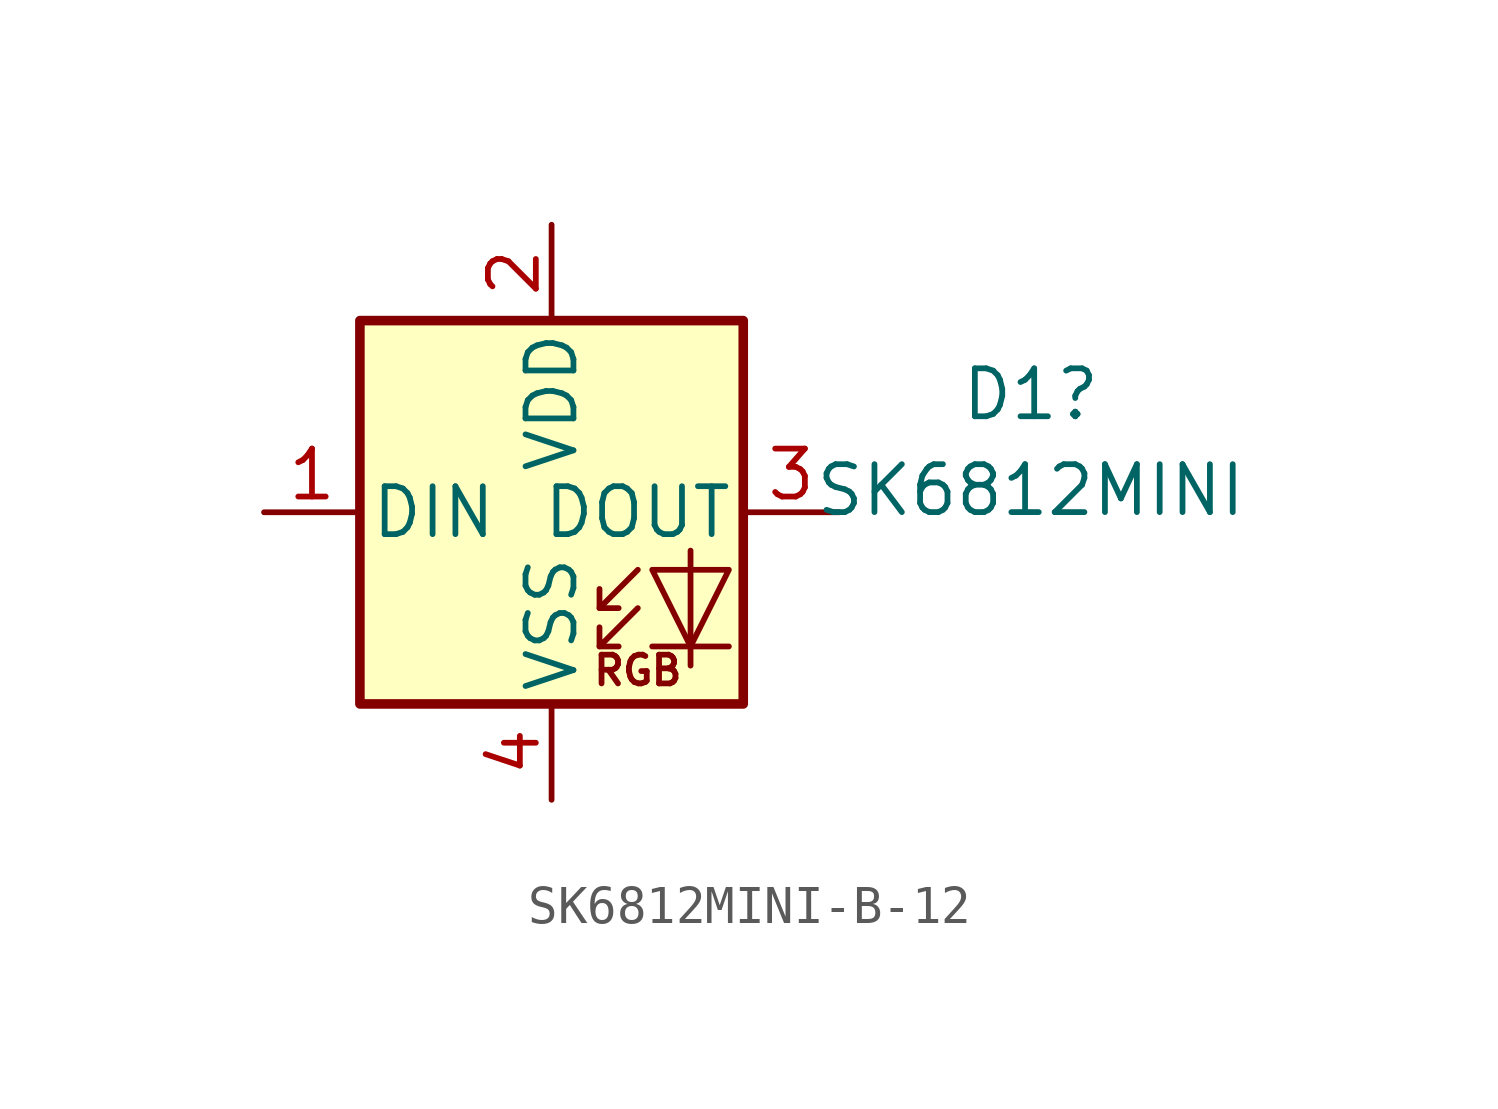
<source format=kicad_sym>
(kicad_symbol_lib
  (version 20220914)
  (generator kicad_symbol_editor)
  (symbol "SK6812MINI-B-12"
    (pin_names
      (offset 0.254))
    (property "Reference" "D1"
      (at 12.7 3.124 0)
      (effects (font (size 1.27 1.27))))
    (property "Value" "SK6812MINI"
      (at 12.7 0.584 0)
      (effects (font (size 1.27 1.27))))
    (symbol "SK6812MINI-B-12_0_0"
      (text "RGB" (at 2.286 -4.191 0) (effects (font (size 0.762 0.762)))))
    (symbol "SK6812MINI-B-12_0_1"
      (polyline (pts (xy 1.27 -3.556) (xy 1.778 -3.556)) (stroke (width 0) (type default)) (fill (type none)))
      (polyline (pts (xy 1.27 -2.54) (xy 1.778 -2.54)) (stroke (width 0) (type default)) (fill (type none)))
      (polyline (pts (xy 4.699 -3.556) (xy 2.667 -3.556)) (stroke (width 0) (type default)) (fill (type none)))
      (polyline (pts (xy 2.286 -2.54) (xy 1.27 -3.556) (xy 1.27 -3.048)) (stroke (width 0) (type default)) (fill (type none)))
      (polyline (pts (xy 2.286 -1.524) (xy 1.27 -2.54) (xy 1.27 -2.032)) (stroke (width 0) (type default)) (fill (type none)))
      (polyline (pts (xy 3.683 -1.016) (xy 3.683 -3.556) (xy 3.683 -4.064)) (stroke (width 0) (type default)) (fill (type none)))
      (polyline (pts (xy 4.699 -1.524) (xy 2.667 -1.524) (xy 3.683 -3.556) (xy 4.699 -1.524)) (stroke (width 0) (type default)) (fill (type none)))
      (rectangle (start 5.08 5.08) (end -5.08 -5.08) (stroke (width 0.254) (type default)) (fill (type background))))
    (symbol "SK6812MINI-B-12_1_1"
      (pin input line (at -7.62 0 0) (length 2.54) (name "DIN" (effects (font (size 1.27 1.27)))) (number "1" (effects (font (size 1.27 1.27)))))
      (pin power_in line (at 0 7.62 270) (length 2.54) (name "VDD" (effects (font (size 1.27 1.27)))) (number "2" (effects (font (size 1.27 1.27)))))
      (pin output line (at 7.62 0 180) (length 2.54) (name "DOUT" (effects (font (size 1.27 1.27)))) (number "3" (effects (font (size 1.27 1.27)))))
      (pin power_in line (at 0 -7.62 90) (length 2.54) (name "VSS" (effects (font (size 1.27 1.27)))) (number "4" (effects (font (size 1.27 1.27))))))))
</source>
